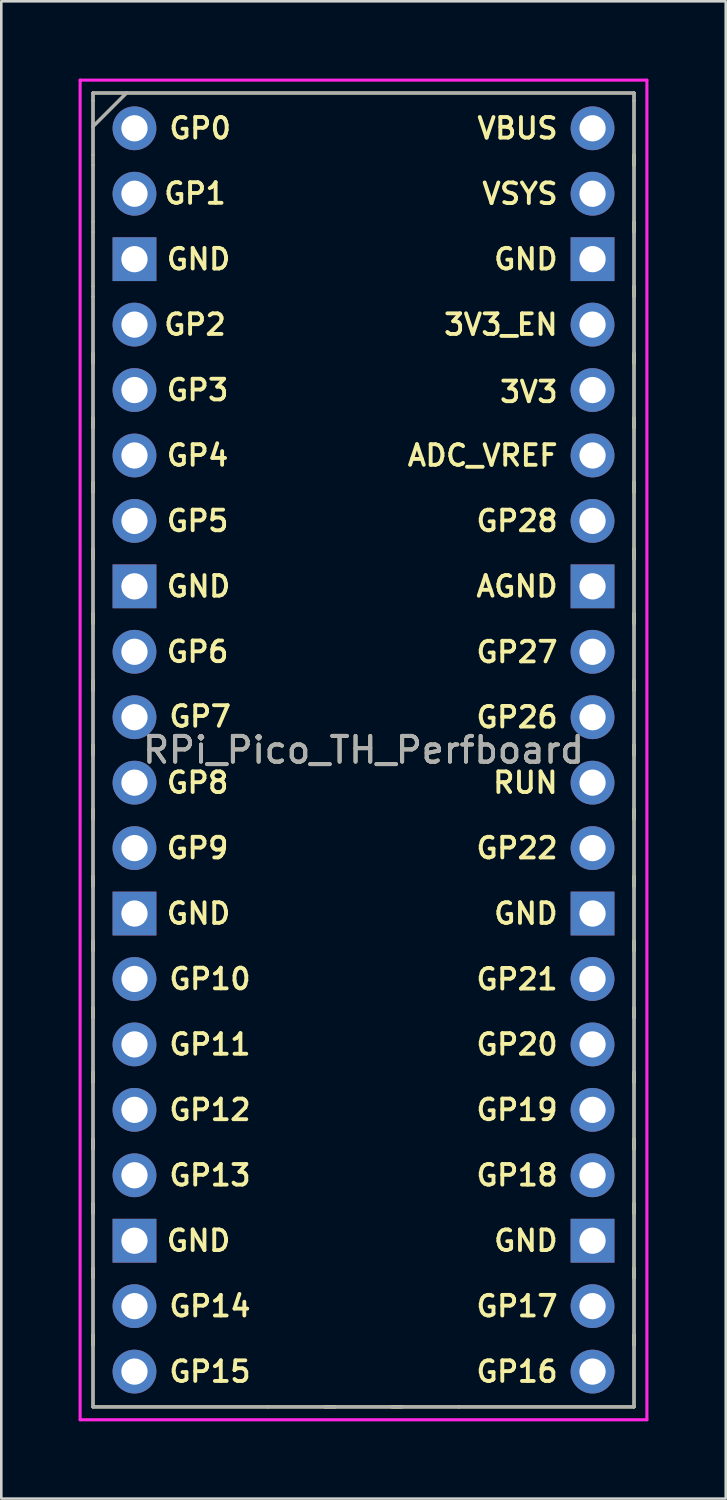
<source format=kicad_pcb>
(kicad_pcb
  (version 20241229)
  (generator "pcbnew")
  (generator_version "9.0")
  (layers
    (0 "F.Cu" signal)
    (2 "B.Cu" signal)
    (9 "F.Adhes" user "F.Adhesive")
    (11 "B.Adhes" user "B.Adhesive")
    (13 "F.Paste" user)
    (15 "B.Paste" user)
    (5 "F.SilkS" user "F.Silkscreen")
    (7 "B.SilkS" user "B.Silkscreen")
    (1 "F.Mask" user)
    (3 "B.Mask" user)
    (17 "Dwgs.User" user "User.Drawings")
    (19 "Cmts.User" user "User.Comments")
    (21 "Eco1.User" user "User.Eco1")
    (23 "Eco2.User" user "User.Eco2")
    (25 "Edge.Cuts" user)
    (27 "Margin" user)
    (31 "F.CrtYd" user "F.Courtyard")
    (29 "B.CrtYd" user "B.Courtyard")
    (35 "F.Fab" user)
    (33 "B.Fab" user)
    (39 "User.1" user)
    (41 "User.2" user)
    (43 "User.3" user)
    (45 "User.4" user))
  (footprint "RPi_Pico_TH_Perfboard"
    (layer "F.Cu")
    (at 2.17 1.93)
    (property "Reference" "RPi_Pico_TH_Perfboard" (at 8.89 24.13 0) (layer "F.SilkS") (effects (font (size 1 1) (thickness 0.15))))
    (attr through_hole)
    (fp_line (start -1.61 -1.37) (end -1.61 -1.07) (stroke (width 0.12) (type solid)) (layer "F.SilkS"))
    (fp_line (start -1.61 -1.37) (end 19.39 -1.37) (stroke (width 0.12) (type solid)) (layer "F.SilkS"))
    (fp_line (start -1.61 -1.07) (end -1.61 1.03) (stroke (width 0.12) (type solid)) (layer "F.SilkS"))
    (fp_line (start -1.61 -0.07) (end -0.31 -1.37) (stroke (width 0.12) (type solid)) (layer "F.SilkS"))
    (fp_line (start -1.61 1.03) (end -1.61 1.43) (stroke (width 0.12) (type solid)) (layer "F.SilkS"))
    (fp_line (start -1.61 1.43) (end -1.61 3.63) (stroke (width 0.12) (type solid)) (layer "F.SilkS"))
    (fp_line (start -1.61 3.63) (end -1.61 4.03) (stroke (width 0.12) (type solid)) (layer "F.SilkS"))
    (fp_line (start -1.61 4.03) (end -1.61 6.13) (stroke (width 0.12) (type solid)) (layer "F.SilkS"))
    (fp_line (start -1.61 6.13) (end -1.61 6.53) (stroke (width 0.12) (type solid)) (layer "F.SilkS"))
    (fp_line (start -1.61 6.53) (end -1.61 49.63) (stroke (width 0.12) (type solid)) (layer "F.SilkS"))
    (fp_line (start -1.61 8.73) (end -1.61 9.13) (stroke (width 0.12) (type solid)) (layer "F.SilkS"))
    (fp_line (start -1.61 11.23) (end -1.61 11.63) (stroke (width 0.12) (type solid)) (layer "F.SilkS"))
    (fp_line (start -1.61 13.73) (end -1.61 14.13) (stroke (width 0.12) (type solid)) (layer "F.SilkS"))
    (fp_line (start -1.61 16.33) (end -1.61 16.73) (stroke (width 0.12) (type solid)) (layer "F.SilkS"))
    (fp_line (start -1.61 18.83) (end -1.61 19.23) (stroke (width 0.12) (type solid)) (layer "F.SilkS"))
    (fp_line (start -1.61 21.43) (end -1.61 21.83) (stroke (width 0.12) (type solid)) (layer "F.SilkS"))
    (fp_line (start -1.61 23.93) (end -1.61 24.33) (stroke (width 0.12) (type solid)) (layer "F.SilkS"))
    (fp_line (start -1.61 26.43) (end -1.61 26.83) (stroke (width 0.12) (type solid)) (layer "F.SilkS"))
    (fp_line (start -1.61 29.03) (end -1.61 29.43) (stroke (width 0.12) (type solid)) (layer "F.SilkS"))
    (fp_line (start -1.61 31.53) (end -1.61 31.93) (stroke (width 0.12) (type solid)) (layer "F.SilkS"))
    (fp_line (start -1.61 34.13) (end -1.61 34.53) (stroke (width 0.12) (type solid)) (layer "F.SilkS"))
    (fp_line (start -1.61 36.63) (end -1.61 37.03) (stroke (width 0.12) (type solid)) (layer "F.SilkS"))
    (fp_line (start -1.61 39.23) (end -1.61 39.63) (stroke (width 0.12) (type solid)) (layer "F.SilkS"))
    (fp_line (start -1.61 41.73) (end -1.61 42.13) (stroke (width 0.12) (type solid)) (layer "F.SilkS"))
    (fp_line (start -1.61 44.23) (end -1.61 44.63) (stroke (width 0.12) (type solid)) (layer "F.SilkS"))
    (fp_line (start -1.61 46.83) (end -1.61 47.23) (stroke (width 0.12) (type solid)) (layer "F.SilkS"))
    (fp_line (start 5.19 49.63) (end -1.61 49.63) (stroke (width 0.12) (type solid)) (layer "F.SilkS"))
    (fp_line (start 5.19 49.63) (end 12.59 49.63) (stroke (width 0.12) (type solid)) (layer "F.SilkS"))
    (fp_line (start 7.39 49.63) (end 7.79 49.63) (stroke (width 0.12) (type solid)) (layer "F.SilkS"))
    (fp_line (start 9.99 49.63) (end 10.39 49.63) (stroke (width 0.12) (type solid)) (layer "F.SilkS"))
    (fp_line (start 19.39 -1.37) (end 19.39 -1.07) (stroke (width 0.12) (type solid)) (layer "F.SilkS"))
    (fp_line (start 19.39 1.03) (end 19.39 1.43) (stroke (width 0.12) (type solid)) (layer "F.SilkS"))
    (fp_line (start 19.39 3.63) (end 19.39 4.03) (stroke (width 0.12) (type solid)) (layer "F.SilkS"))
    (fp_line (start 19.39 6.13) (end 19.39 6.53) (stroke (width 0.12) (type solid)) (layer "F.SilkS"))
    (fp_line (start 19.39 8.73) (end 19.39 9.13) (stroke (width 0.12) (type solid)) (layer "F.SilkS"))
    (fp_line (start 19.39 11.23) (end 19.39 11.63) (stroke (width 0.12) (type solid)) (layer "F.SilkS"))
    (fp_line (start 19.39 13.73) (end 19.39 14.13) (stroke (width 0.12) (type solid)) (layer "F.SilkS"))
    (fp_line (start 19.39 16.33) (end 19.39 16.73) (stroke (width 0.12) (type solid)) (layer "F.SilkS"))
    (fp_line (start 19.39 18.83) (end 19.39 19.23) (stroke (width 0.12) (type solid)) (layer "F.SilkS"))
    (fp_line (start 19.39 21.43) (end 19.39 21.83) (stroke (width 0.12) (type solid)) (layer "F.SilkS"))
    (fp_line (start 19.39 23.93) (end 19.39 24.33) (stroke (width 0.12) (type solid)) (layer "F.SilkS"))
    (fp_line (start 19.39 26.43) (end 19.39 26.83) (stroke (width 0.12) (type solid)) (layer "F.SilkS"))
    (fp_line (start 19.39 29.03) (end 19.39 29.43) (stroke (width 0.12) (type solid)) (layer "F.SilkS"))
    (fp_line (start 19.39 31.53) (end 19.39 31.93) (stroke (width 0.12) (type solid)) (layer "F.SilkS"))
    (fp_line (start 19.39 34.13) (end 19.39 34.53) (stroke (width 0.12) (type solid)) (layer "F.SilkS"))
    (fp_line (start 19.39 36.63) (end 19.39 37.03) (stroke (width 0.12) (type solid)) (layer "F.SilkS"))
    (fp_line (start 19.39 39.23) (end 19.39 39.63) (stroke (width 0.12) (type solid)) (layer "F.SilkS"))
    (fp_line (start 19.39 41.73) (end 19.39 42.13) (stroke (width 0.12) (type solid)) (layer "F.SilkS"))
    (fp_line (start 19.39 44.23) (end 19.39 44.63) (stroke (width 0.12) (type solid)) (layer "F.SilkS"))
    (fp_line (start 19.39 46.83) (end 19.39 47.23) (stroke (width 0.12) (type solid)) (layer "F.SilkS"))
    (fp_line (start 19.39 49.63) (end 12.59 49.63) (stroke (width 0.12) (type solid)) (layer "F.SilkS"))
    (fp_line (start 19.39 49.63) (end 19.39 -1.07) (stroke (width 0.12) (type solid)) (layer "F.SilkS"))
    (fp_line (start -2.11 -1.87) (end 19.89 -1.87) (stroke (width 0.12) (type solid)) (layer "F.CrtYd"))
    (fp_line (start -2.11 50.13) (end -2.11 -1.87) (stroke (width 0.12) (type solid)) (layer "F.CrtYd"))
    (fp_line (start 19.89 -1.87) (end 19.89 50.13) (stroke (width 0.12) (type solid)) (layer "F.CrtYd"))
    (fp_line (start 19.89 50.13) (end -2.11 50.13) (stroke (width 0.12) (type solid)) (layer "F.CrtYd"))
    (fp_line (start -1.61 -1.37) (end 19.39 -1.37) (stroke (width 0.12) (type solid)) (layer "F.Fab"))
    (fp_line (start -1.61 -0.07) (end -0.31 -1.37) (stroke (width 0.12) (type solid)) (layer "F.Fab"))
    (fp_line (start -1.61 49.63) (end -1.61 -1.37) (stroke (width 0.12) (type solid)) (layer "F.Fab"))
    (fp_line (start 19.39 -1.37) (end 19.39 49.63) (stroke (width 0.12) (type solid)) (layer "F.Fab"))
    (fp_line (start 19.39 49.63) (end -1.61 49.63) (stroke (width 0.12) (type solid)) (layer "F.Fab"))
    (fp_text user "VSYS" (at 16.51 2.54 0) (layer "F.SilkS") (effects (font (size 0.8 0.8) (thickness 0.15)) (justify right)))
    (fp_text user "GND" (at 1.17 5.08 0) (layer "F.SilkS") (effects (font (size 0.8 0.8) (thickness 0.15)) (justify left)))
    (fp_text user "GP15" (at 1.27 48.26 0) (layer "F.SilkS") (effects (font (size 0.8 0.8) (thickness 0.15)) (justify left)))
    (fp_text user "GP1" (at 1.07 2.53 0) (layer "F.SilkS") (effects (font (size 0.8 0.8) (thickness 0.15)) (justify left)))
    (fp_text user "GP18" (at 16.51 40.64 0) (layer "F.SilkS") (effects (font (size 0.8 0.8) (thickness 0.15)) (justify right)))
    (fp_text user "AGND" (at 16.51 17.78 0) (layer "F.SilkS") (effects (font (size 0.8 0.8) (thickness 0.15)) (justify right)))
    (fp_text user "GP17" (at 16.51 45.72 0) (layer "F.SilkS") (effects (font (size 0.8 0.8) (thickness 0.15)) (justify right)))
    (fp_text user "GP11" (at 1.27 35.56 0) (layer "F.SilkS") (effects (font (size 0.8 0.8) (thickness 0.15)) (justify left)))
    (fp_text user "GP8" (at 1.17 25.4 0) (layer "F.SilkS") (effects (font (size 0.8 0.8) (thickness 0.15)) (justify left)))
    (fp_text user "GND" (at 1.17 43.18 0) (layer "F.SilkS") (effects (font (size 0.8 0.8) (thickness 0.15)) (justify left)))
    (fp_text user "GP27" (at 16.51 20.33 0) (layer "F.SilkS") (effects (font (size 0.8 0.8) (thickness 0.15)) (justify right)))
    (fp_text user "GP6" (at 1.17 20.32 0) (layer "F.SilkS") (effects (font (size 0.8 0.8) (thickness 0.15)) (justify left)))
    (fp_text user "GP16" (at 16.51 48.26 0) (layer "F.SilkS") (effects (font (size 0.8 0.8) (thickness 0.15)) (justify right)))
    (fp_text user "GP9" (at 1.17 27.94 0) (layer "F.SilkS") (effects (font (size 0.8 0.8) (thickness 0.15)) (justify left)))
    (fp_text user "GP22" (at 16.51 27.94 0) (layer "F.SilkS") (effects (font (size 0.8 0.8) (thickness 0.15)) (justify right)))
    (fp_text user "GP14" (at 1.27 45.72 0) (layer "F.SilkS") (effects (font (size 0.8 0.8) (thickness 0.15)) (justify left)))
    (fp_text user "3V3" (at 16.51 10.23 0) (layer "F.SilkS") (effects (font (size 0.8 0.8) (thickness 0.15)) (justify right)))
    (fp_text user "ADC_VREF" (at 16.51 12.7 0) (layer "F.SilkS") (effects (font (size 0.8 0.8) (thickness 0.15)) (justify right)))
    (fp_text user "3V3_EN" (at 16.51 7.62 0) (layer "F.SilkS") (effects (font (size 0.8 0.8) (thickness 0.15)) (justify right)))
    (fp_text user "RUN" (at 16.51 25.4 0) (layer "F.SilkS") (effects (font (size 0.8 0.8) (thickness 0.15)) (justify right)))
    (fp_text user "GP0" (at 1.27 0 0) (layer "F.SilkS") (effects (font (size 0.8 0.8) (thickness 0.15)) (justify left)))
    (fp_text user "VBUS" (at 16.51 0 0) (layer "F.SilkS") (effects (font (size 0.8 0.8) (thickness 0.15)) (justify right)))
    (fp_text user "GND" (at 16.51 43.18 0) (layer "F.SilkS") (effects (font (size 0.8 0.8) (thickness 0.15)) (justify right)))
    (fp_text user "GP12" (at 1.27 38.1 0) (layer "F.SilkS") (effects (font (size 0.8 0.8) (thickness 0.15)) (justify left)))
    (fp_text user "GP7" (at 1.27 22.83 0) (layer "F.SilkS") (effects (font (size 0.8 0.8) (thickness 0.15)) (justify left)))
    (fp_text user "GP2" (at 1.07 7.62 0) (layer "F.SilkS") (effects (font (size 0.8 0.8) (thickness 0.15)) (justify left)))
    (fp_text user "GP21" (at 16.51 33.03 0) (layer "F.SilkS") (effects (font (size 0.8 0.8) (thickness 0.15)) (justify right)))
    (fp_text user "GP4" (at 1.17 12.7 0) (layer "F.SilkS") (effects (font (size 0.8 0.8) (thickness 0.15)) (justify left)))
    (fp_text user "GP5" (at 1.17 15.24 0) (layer "F.SilkS") (effects (font (size 0.8 0.8) (thickness 0.15)) (justify left)))
    (fp_text user "GP20" (at 16.51 35.56 0) (layer "F.SilkS") (effects (font (size 0.8 0.8) (thickness 0.15)) (justify right)))
    (fp_text user "GP3" (at 1.17 10.16 0) (layer "F.SilkS") (effects (font (size 0.8 0.8) (thickness 0.15)) (justify left)))
    (fp_text user "GND" (at 16.51 5.08 0) (layer "F.SilkS") (effects (font (size 0.8 0.8) (thickness 0.15)) (justify right)))
    (fp_text user "GP10" (at 1.27 33.02 0) (layer "F.SilkS") (effects (font (size 0.8 0.8) (thickness 0.15)) (justify left)))
    (fp_text user "GP28" (at 16.51 15.24 0) (layer "F.SilkS") (effects (font (size 0.8 0.8) (thickness 0.15)) (justify right)))
    (fp_text user "GND" (at 1.17 17.78 0) (layer "F.SilkS") (effects (font (size 0.8 0.8) (thickness 0.15)) (justify left)))
    (fp_text user "GP26" (at 16.51 22.86 0) (layer "F.SilkS") (effects (font (size 0.8 0.8) (thickness 0.15)) (justify right)))
    (fp_text user "GND" (at 1.17 30.48 0) (layer "F.SilkS") (effects (font (size 0.8 0.8) (thickness 0.15)) (justify left)))
    (fp_text user "GP19" (at 16.51 38.1 0) (layer "F.SilkS") (effects (font (size 0.8 0.8) (thickness 0.15)) (justify right)))
    (fp_text user "GP13" (at 1.27 40.64 0) (layer "F.SilkS") (effects (font (size 0.8 0.8) (thickness 0.15)) (justify left)))
    (fp_text user "GND" (at 16.51 30.48 0) (layer "F.SilkS") (effects (font (size 0.8 0.8) (thickness 0.15)) (justify right)))
    (fp_text user "${REFERENCE}" (at 8.89 24.13 180) (layer "F.Fab") (effects (font (size 1 1) (thickness 0.15))))
    (pad "1" thru_hole oval (at 0 0) (size 1.7 1.7) (drill 1.02) (layers "*.Cu" "*.Mask"))
    (pad "2" thru_hole oval (at 0 2.54) (size 1.7 1.7) (drill 1.02) (layers "*.Cu" "*.Mask"))
    (pad "3" thru_hole rect (at 0 5.08) (size 1.7 1.7) (drill 1.02) (layers "*.Cu" "*.Mask"))
    (pad "4" thru_hole oval (at 0 7.62) (size 1.7 1.7) (drill 1.02) (layers "*.Cu" "*.Mask"))
    (pad "5" thru_hole oval (at 0 10.16) (size 1.7 1.7) (drill 1.02) (layers "*.Cu" "*.Mask"))
    (pad "6" thru_hole oval (at 0 12.7) (size 1.7 1.7) (drill 1.02) (layers "*.Cu" "*.Mask"))
    (pad "7" thru_hole oval (at 0 15.24) (size 1.7 1.7) (drill 1.02) (layers "*.Cu" "*.Mask"))
    (pad "8" thru_hole rect (at 0 17.78) (size 1.7 1.7) (drill 1.02) (layers "*.Cu" "*.Mask"))
    (pad "9" thru_hole oval (at 0 20.32) (size 1.7 1.7) (drill 1.02) (layers "*.Cu" "*.Mask"))
    (pad "10" thru_hole oval (at 0 22.86) (size 1.7 1.7) (drill 1.02) (layers "*.Cu" "*.Mask"))
    (pad "11" thru_hole oval (at 0 25.4) (size 1.7 1.7) (drill 1.02) (layers "*.Cu" "*.Mask"))
    (pad "12" thru_hole oval (at 0 27.94) (size 1.7 1.7) (drill 1.02) (layers "*.Cu" "*.Mask"))
    (pad "13" thru_hole rect (at 0 30.48) (size 1.7 1.7) (drill 1.02) (layers "*.Cu" "*.Mask"))
    (pad "14" thru_hole oval (at 0 33.02) (size 1.7 1.7) (drill 1.02) (layers "*.Cu" "*.Mask"))
    (pad "15" thru_hole oval (at 0 35.56) (size 1.7 1.7) (drill 1.02) (layers "*.Cu" "*.Mask"))
    (pad "16" thru_hole oval (at 0 38.1) (size 1.7 1.7) (drill 1.02) (layers "*.Cu" "*.Mask"))
    (pad "17" thru_hole oval (at 0 40.64) (size 1.7 1.7) (drill 1.02) (layers "*.Cu" "*.Mask"))
    (pad "18" thru_hole rect (at 0 43.18) (size 1.7 1.7) (drill 1.02) (layers "*.Cu" "*.Mask"))
    (pad "19" thru_hole oval (at 0 45.72) (size 1.7 1.7) (drill 1.02) (layers "*.Cu" "*.Mask"))
    (pad "20" thru_hole oval (at 0 48.26) (size 1.7 1.7) (drill 1.02) (layers "*.Cu" "*.Mask"))
    (pad "21" thru_hole oval (at 17.78 48.26) (size 1.7 1.7) (drill 1.02) (layers "*.Cu" "*.Mask"))
    (pad "22" thru_hole oval (at 17.78 45.72) (size 1.7 1.7) (drill 1.02) (layers "*.Cu" "*.Mask"))
    (pad "23" thru_hole rect (at 17.78 43.18) (size 1.7 1.7) (drill 1.02) (layers "*.Cu" "*.Mask"))
    (pad "24" thru_hole oval (at 17.78 40.64) (size 1.7 1.7) (drill 1.02) (layers "*.Cu" "*.Mask"))
    (pad "25" thru_hole oval (at 17.78 38.1) (size 1.7 1.7) (drill 1.02) (layers "*.Cu" "*.Mask"))
    (pad "26" thru_hole oval (at 17.78 35.56) (size 1.7 1.7) (drill 1.02) (layers "*.Cu" "*.Mask"))
    (pad "27" thru_hole oval (at 17.78 33.02) (size 1.7 1.7) (drill 1.02) (layers "*.Cu" "*.Mask"))
    (pad "28" thru_hole rect (at 17.78 30.48) (size 1.7 1.7) (drill 1.02) (layers "*.Cu" "*.Mask"))
    (pad "29" thru_hole oval (at 17.78 27.94) (size 1.7 1.7) (drill 1.02) (layers "*.Cu" "*.Mask"))
    (pad "30" thru_hole oval (at 17.78 25.4) (size 1.7 1.7) (drill 1.02) (layers "*.Cu" "*.Mask"))
    (pad "31" thru_hole oval (at 17.78 22.86) (size 1.7 1.7) (drill 1.02) (layers "*.Cu" "*.Mask"))
    (pad "32" thru_hole oval (at 17.78 20.32) (size 1.7 1.7) (drill 1.02) (layers "*.Cu" "*.Mask"))
    (pad "33" thru_hole rect (at 17.78 17.78) (size 1.7 1.7) (drill 1.02) (layers "*.Cu" "*.Mask"))
    (pad "34" thru_hole oval (at 17.78 15.24) (size 1.7 1.7) (drill 1.02) (layers "*.Cu" "*.Mask"))
    (pad "35" thru_hole oval (at 17.78 12.7) (size 1.7 1.7) (drill 1.02) (layers "*.Cu" "*.Mask"))
    (pad "36" thru_hole oval (at 17.78 10.16) (size 1.7 1.7) (drill 1.02) (layers "*.Cu" "*.Mask"))
    (pad "37" thru_hole oval (at 17.78 7.62) (size 1.7 1.7) (drill 1.02) (layers "*.Cu" "*.Mask"))
    (pad "38" thru_hole rect (at 17.78 5.08) (size 1.7 1.7) (drill 1.02) (layers "*.Cu" "*.Mask"))
    (pad "39" thru_hole oval (at 17.78 2.54) (size 1.7 1.7) (drill 1.02) (layers "*.Cu" "*.Mask"))
    (pad "40" thru_hole oval (at 17.78 0) (size 1.7 1.7) (drill 1.02) (layers "*.Cu" "*.Mask")))
  (gr_rect
    (start -3 -3)
    (end 25.12 55.12)
    (stroke (width 0.1) (type default))
    (fill no)
    (layer "Edge.Cuts")))
</source>
